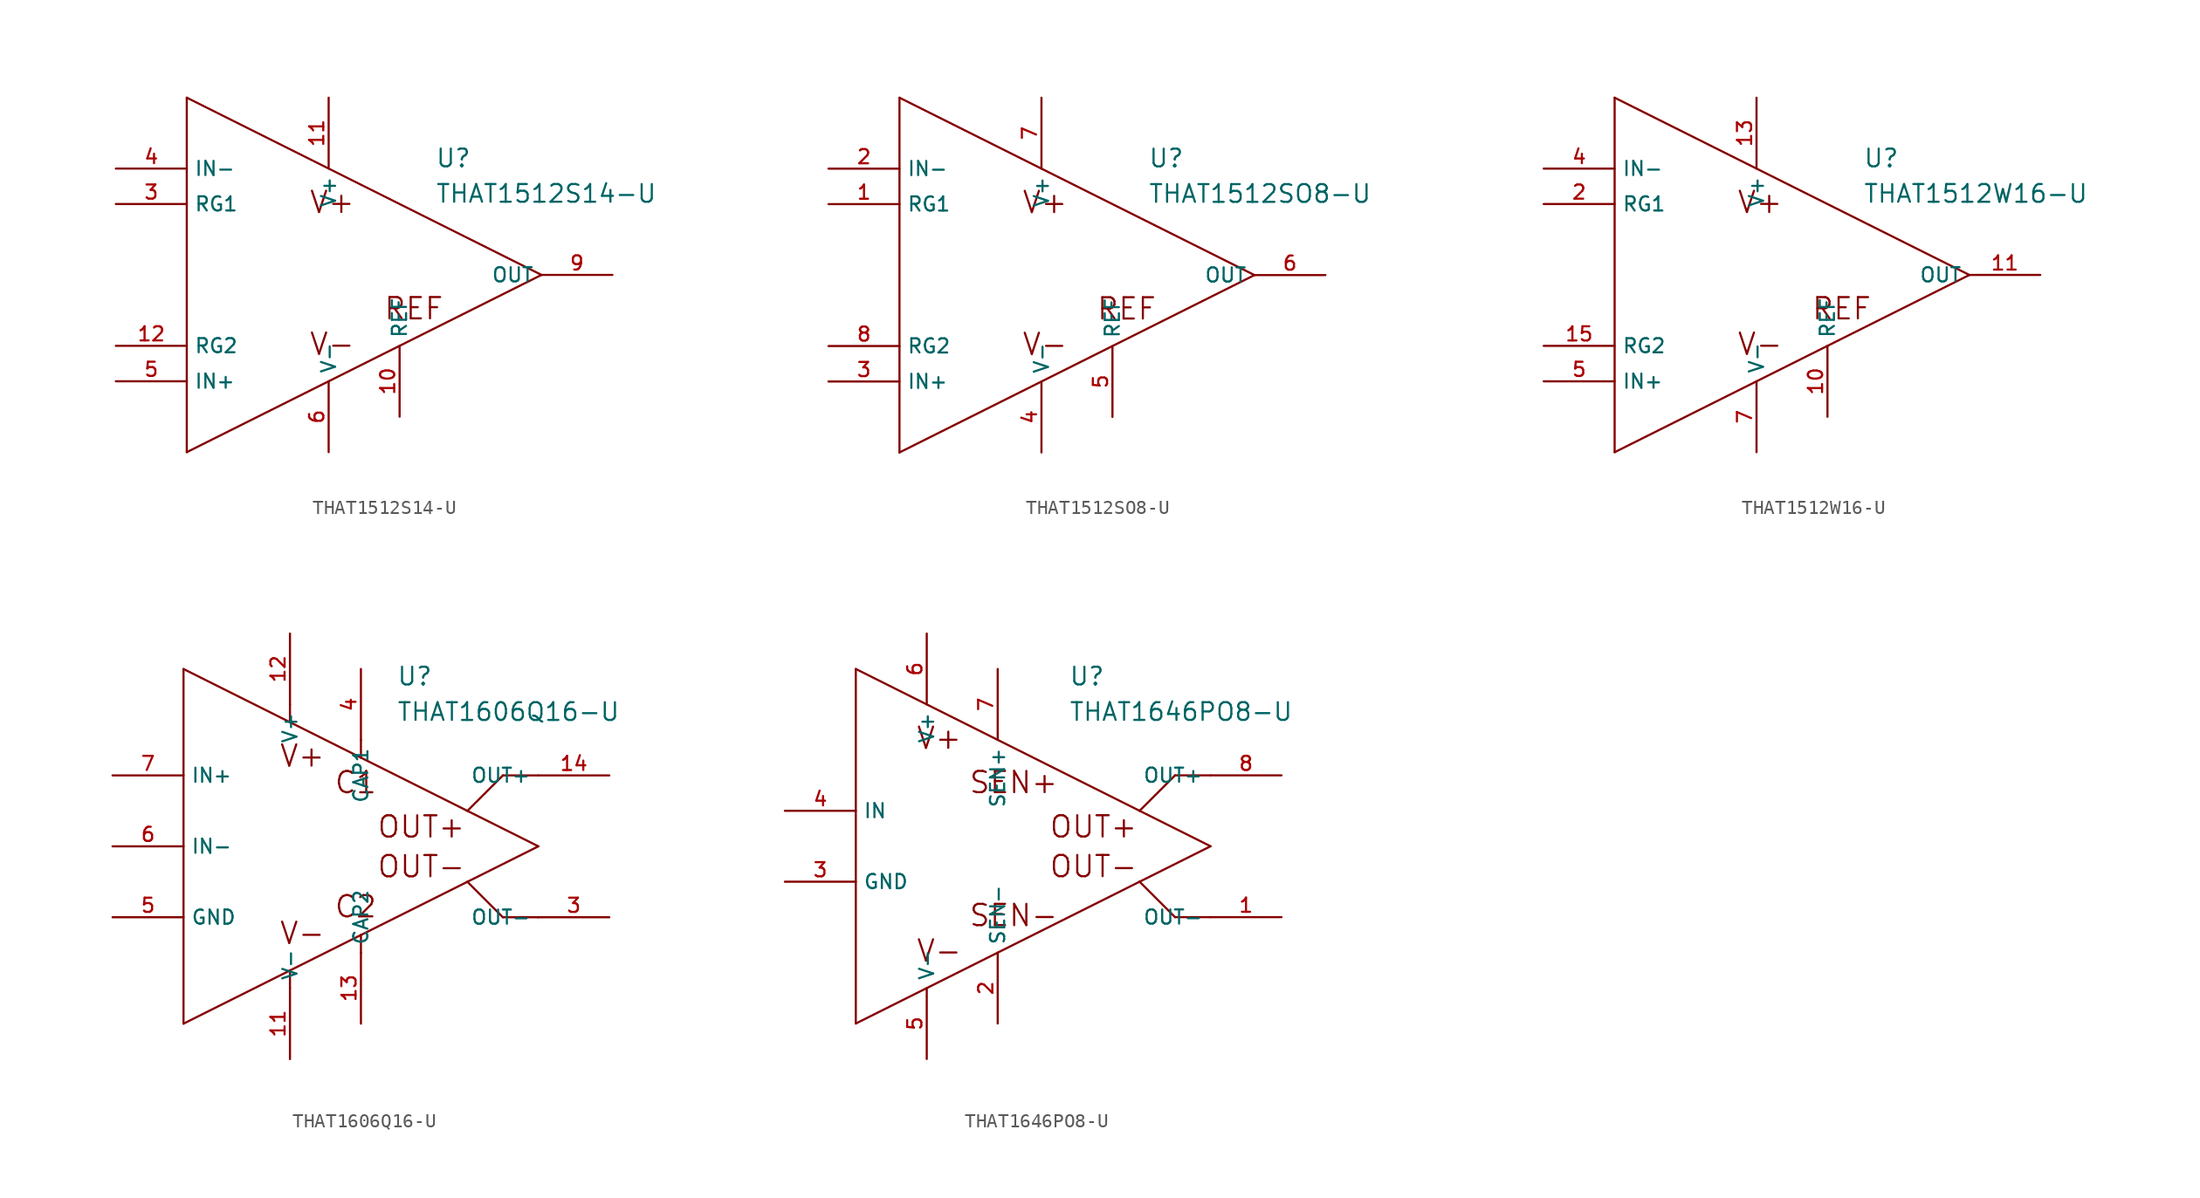
<source format=kicad_sym>
(kicad_symbol_lib
  (version 20200126)
  (host kicad_symbol_editor "5.99.0-unknown-1463dd1~101~ubuntu18.04.1")
  (symbol "that-corp-edit:THAT1512S14-U"
    (property "Reference" "U"
      (at 7.62 7.62 0)
      (effects (font (size 1.27 1.27)) (justify left bottom)))
    (property "Value" "THAT1512S14-U"
      (at 7.62 5.08 0)
      (effects (font (size 1.27 1.27)) (justify left bottom)))
    (property "ki_locked" ""
      (at 0 0 0)
      (effects (font (size 1.27 1.27))))
    (symbol "THAT1512S14-U_1_0"
      (text "V+" (at 0.254 5.207 0) (effects (font (size 1.524 1.524))))
      (text "V-" (at 0.254 -4.953 0) (effects (font (size 1.524 1.524))))
      (text "REF" (at 6.096 -2.413 0) (effects (font (size 1.524 1.524))))
      (polyline (pts (xy -10.16 12.7) (xy -10.16 -12.7)) (stroke (width 0)) (fill (type none)))
      (polyline (pts (xy -10.16 -12.7) (xy 15.24 0)) (stroke (width 0)) (fill (type none)))
      (polyline (pts (xy 15.24 0) (xy -10.16 12.7)) (stroke (width 0)) (fill (type none))))
    (symbol "THAT1512S14-U_1_1"
      (pin input line (at -15.24 -7.62 0) (length 5.08) (name "IN+" (effects (font (size 1.016 1.016)))) (number "5" (effects (font (size 1.016 1.016)))))
      (pin input line (at -15.24 7.62 0) (length 5.08) (name "IN-" (effects (font (size 1.016 1.016)))) (number "4" (effects (font (size 1.016 1.016)))))
      (pin output line (at 20.32 0 180) (length 5.08) (name "OUT" (effects (font (size 1.016 1.016)))) (number "9" (effects (font (size 1.016 1.016)))))
      (pin input line (at 5.08 -10.16 90) (length 5.08) (name "REF" (effects (font (size 1.016 1.016)))) (number "10" (effects (font (size 1.016 1.016)))))
      (pin input line (at -15.24 5.08 0) (length 5.08) (name "RG1" (effects (font (size 1.016 1.016)))) (number "3" (effects (font (size 1.016 1.016)))))
      (pin input line (at -15.24 -5.08 0) (length 5.08) (name "RG2" (effects (font (size 1.016 1.016)))) (number "12" (effects (font (size 1.016 1.016)))))
      (pin power_in line (at 0 12.7 270) (length 5.08) (name "V+" (effects (font (size 1.016 1.016)))) (number "11" (effects (font (size 1.016 1.016)))))
      (pin power_in line (at 0 -12.7 90) (length 5.08) (name "V-" (effects (font (size 1.016 1.016)))) (number "6" (effects (font (size 1.016 1.016)))))))
  (symbol "that-corp-edit:THAT1512SO8-U"
    (property "Reference" "U"
      (at 7.62 7.62 0)
      (effects (font (size 1.27 1.27)) (justify left bottom)))
    (property "Value" "THAT1512SO8-U"
      (at 7.62 5.08 0)
      (effects (font (size 1.27 1.27)) (justify left bottom)))
    (property "ki_locked" ""
      (at 0 0 0)
      (effects (font (size 1.27 1.27))))
    (symbol "THAT1512SO8-U_1_0"
      (text "V+" (at 0.254 5.207 0) (effects (font (size 1.524 1.524))))
      (text "V-" (at 0.254 -4.953 0) (effects (font (size 1.524 1.524))))
      (text "REF" (at 6.096 -2.413 0) (effects (font (size 1.524 1.524))))
      (polyline (pts (xy -10.16 12.7) (xy -10.16 -12.7)) (stroke (width 0)) (fill (type none)))
      (polyline (pts (xy -10.16 -12.7) (xy 15.24 0)) (stroke (width 0)) (fill (type none)))
      (polyline (pts (xy 15.24 0) (xy -10.16 12.7)) (stroke (width 0)) (fill (type none))))
    (symbol "THAT1512SO8-U_1_1"
      (pin input line (at -15.24 -7.62 0) (length 5.08) (name "IN+" (effects (font (size 1.016 1.016)))) (number "3" (effects (font (size 1.016 1.016)))))
      (pin input line (at -15.24 7.62 0) (length 5.08) (name "IN-" (effects (font (size 1.016 1.016)))) (number "2" (effects (font (size 1.016 1.016)))))
      (pin output line (at 20.32 0 180) (length 5.08) (name "OUT" (effects (font (size 1.016 1.016)))) (number "6" (effects (font (size 1.016 1.016)))))
      (pin input line (at 5.08 -10.16 90) (length 5.08) (name "REF" (effects (font (size 1.016 1.016)))) (number "5" (effects (font (size 1.016 1.016)))))
      (pin input line (at -15.24 5.08 0) (length 5.08) (name "RG1" (effects (font (size 1.016 1.016)))) (number "1" (effects (font (size 1.016 1.016)))))
      (pin input line (at -15.24 -5.08 0) (length 5.08) (name "RG2" (effects (font (size 1.016 1.016)))) (number "8" (effects (font (size 1.016 1.016)))))
      (pin power_in line (at 0 12.7 270) (length 5.08) (name "V+" (effects (font (size 1.016 1.016)))) (number "7" (effects (font (size 1.016 1.016)))))
      (pin power_in line (at 0 -12.7 90) (length 5.08) (name "V-" (effects (font (size 1.016 1.016)))) (number "4" (effects (font (size 1.016 1.016)))))))
  (symbol "that-corp-edit:THAT1512W16-U"
    (property "Reference" "U"
      (at 7.62 7.62 0)
      (effects (font (size 1.27 1.27)) (justify left bottom)))
    (property "Value" "THAT1512W16-U"
      (at 7.62 5.08 0)
      (effects (font (size 1.27 1.27)) (justify left bottom)))
    (property "ki_locked" ""
      (at 0 0 0)
      (effects (font (size 1.27 1.27))))
    (symbol "THAT1512W16-U_1_0"
      (text "V+" (at 0.254 5.207 0) (effects (font (size 1.524 1.524))))
      (text "V-" (at 0.254 -4.953 0) (effects (font (size 1.524 1.524))))
      (text "REF" (at 6.096 -2.413 0) (effects (font (size 1.524 1.524))))
      (polyline (pts (xy -10.16 12.7) (xy -10.16 -12.7)) (stroke (width 0)) (fill (type none)))
      (polyline (pts (xy -10.16 -12.7) (xy 15.24 0)) (stroke (width 0)) (fill (type none)))
      (polyline (pts (xy 15.24 0) (xy -10.16 12.7)) (stroke (width 0)) (fill (type none))))
    (symbol "THAT1512W16-U_1_1"
      (pin input line (at -15.24 -7.62 0) (length 5.08) (name "IN+" (effects (font (size 1.016 1.016)))) (number "5" (effects (font (size 1.016 1.016)))))
      (pin input line (at -15.24 7.62 0) (length 5.08) (name "IN-" (effects (font (size 1.016 1.016)))) (number "4" (effects (font (size 1.016 1.016)))))
      (pin output line (at 20.32 0 180) (length 5.08) (name "OUT" (effects (font (size 1.016 1.016)))) (number "11" (effects (font (size 1.016 1.016)))))
      (pin input line (at 5.08 -10.16 90) (length 5.08) (name "REF" (effects (font (size 1.016 1.016)))) (number "10" (effects (font (size 1.016 1.016)))))
      (pin input line (at -15.24 5.08 0) (length 5.08) (name "RG1" (effects (font (size 1.016 1.016)))) (number "2" (effects (font (size 1.016 1.016)))))
      (pin input line (at -15.24 -5.08 0) (length 5.08) (name "RG2" (effects (font (size 1.016 1.016)))) (number "15" (effects (font (size 1.016 1.016)))))
      (pin power_in line (at 0 12.7 270) (length 5.08) (name "V+" (effects (font (size 1.016 1.016)))) (number "13" (effects (font (size 1.016 1.016)))))
      (pin power_in line (at 0 -12.7 90) (length 5.08) (name "V-" (effects (font (size 1.016 1.016)))) (number "7" (effects (font (size 1.016 1.016)))))))
  (symbol "that-corp-edit:THAT1606Q16-U"
    (property "Reference" "U"
      (at 5.08 11.43 0)
      (effects (font (size 1.27 1.27)) (justify left bottom)))
    (property "Value" "THAT1606Q16-U"
      (at 5.08 8.89 0)
      (effects (font (size 1.27 1.27)) (justify left bottom)))
    (property "ki_locked" ""
      (at 0 0 0)
      (effects (font (size 1.27 1.27))))
    (symbol "THAT1606Q16-U_1_0"
      (text "V+" (at -1.651 6.477 0) (effects (font (size 1.524 1.524))))
      (text "V-" (at -1.651 -6.223 0) (effects (font (size 1.524 1.524))))
      (text "C2" (at 2.159 -4.318 0) (effects (font (size 1.524 1.524))))
      (text "C1" (at 2.159 4.572 0) (effects (font (size 1.524 1.524))))
      (text "OUT+" (at 6.858 1.397 0) (effects (font (size 1.524 1.524))))
      (text "OUT-" (at 6.858 -1.448 0) (effects (font (size 1.524 1.524))))
      (polyline (pts (xy -10.16 12.7) (xy -10.16 -12.7)) (stroke (width 0)) (fill (type none)))
      (polyline (pts (xy -10.16 -12.7) (xy -2.54 -8.89)) (stroke (width 0)) (fill (type none)))
      (polyline (pts (xy -2.54 -8.89) (xy 2.54 -6.35)) (stroke (width 0)) (fill (type none)))
      (polyline (pts (xy 2.54 -6.35) (xy 10.16 -2.54)) (stroke (width 0)) (fill (type none)))
      (polyline (pts (xy 10.16 -2.54) (xy 15.24 0)) (stroke (width 0)) (fill (type none)))
      (polyline (pts (xy 15.24 0) (xy 10.16 2.54)) (stroke (width 0)) (fill (type none)))
      (polyline (pts (xy 10.16 2.54) (xy 2.54 6.35)) (stroke (width 0)) (fill (type none)))
      (polyline (pts (xy 2.54 6.35) (xy -2.54 8.89)) (stroke (width 0)) (fill (type none)))
      (polyline (pts (xy -2.54 8.89) (xy -10.16 12.7)) (stroke (width 0)) (fill (type none)))
      (polyline (pts (xy 15.24 5.08) (xy 12.7 5.08)) (stroke (width 0)) (fill (type none)))
      (polyline (pts (xy 12.7 5.08) (xy 10.16 2.54)) (stroke (width 0)) (fill (type none)))
      (polyline (pts (xy 15.24 -5.08) (xy 12.7 -5.08)) (stroke (width 0)) (fill (type none)))
      (polyline (pts (xy 12.7 -5.08) (xy 10.16 -2.54)) (stroke (width 0)) (fill (type none)))
      (polyline (pts (xy -2.54 10.16) (xy -2.54 8.89)) (stroke (width 0)) (fill (type none)))
      (polyline (pts (xy 2.54 7.62) (xy 2.54 6.35)) (stroke (width 0)) (fill (type none)))
      (polyline (pts (xy 2.54 -7.62) (xy 2.54 -6.35)) (stroke (width 0)) (fill (type none)))
      (polyline (pts (xy -2.54 -10.16) (xy -2.54 -8.89)) (stroke (width 0)) (fill (type none))))
    (symbol "THAT1606Q16-U_1_1"
      (pin output line (at 2.54 12.7 270) (length 5.08) (name "CAP1" (effects (font (size 1.016 1.016)))) (number "4" (effects (font (size 1.016 1.016)))))
      (pin passive line (at 2.54 -12.7 90) (length 5.08) (name "CAP2" (effects (font (size 1.016 1.016)))) (number "13" (effects (font (size 1.016 1.016)))))
      (pin input line (at -15.24 -5.08 0) (length 5.08) (name "GND" (effects (font (size 1.016 1.016)))) (number "5" (effects (font (size 1.016 1.016)))))
      (pin input line (at -15.24 5.08 0) (length 5.08) (name "IN+" (effects (font (size 1.016 1.016)))) (number "7" (effects (font (size 1.016 1.016)))))
      (pin input line (at -15.24 0 0) (length 5.08) (name "IN-" (effects (font (size 1.016 1.016)))) (number "6" (effects (font (size 1.016 1.016)))))
      (pin output line (at 20.32 5.08 180) (length 5.08) (name "OUT+" (effects (font (size 1.016 1.016)))) (number "14" (effects (font (size 1.016 1.016)))))
      (pin output line (at 20.32 -5.08 180) (length 5.08) (name "OUT-" (effects (font (size 1.016 1.016)))) (number "3" (effects (font (size 1.016 1.016)))))
      (pin power_in line (at -2.54 15.24 270) (length 5.08) (name "V+" (effects (font (size 1.016 1.016)))) (number "12" (effects (font (size 1.016 1.016)))))
      (pin power_in line (at -2.54 -15.24 90) (length 5.08) (name "V-" (effects (font (size 1.016 1.016)))) (number "11" (effects (font (size 1.016 1.016)))))))
  (symbol "that-corp-edit:THAT1646PO8-U"
    (property "Reference" "U"
      (at 5.08 11.43 0)
      (effects (font (size 1.27 1.27)) (justify left bottom)))
    (property "Value" "THAT1646PO8-U"
      (at 5.08 8.89 0)
      (effects (font (size 1.27 1.27)) (justify left bottom)))
    (property "ki_locked" ""
      (at 0 0 0)
      (effects (font (size 1.27 1.27))))
    (symbol "THAT1646PO8-U_1_0"
      (text "V+" (at -4.191 7.747 0) (effects (font (size 1.524 1.524))))
      (text "V-" (at -4.191 -7.493 0) (effects (font (size 1.524 1.524))))
      (text "SEN-" (at 1.143 -4.953 0) (effects (font (size 1.524 1.524))))
      (text "SEN+" (at 1.143 4.572 0) (effects (font (size 1.524 1.524))))
      (text "OUT+" (at 6.858 1.397 0) (effects (font (size 1.524 1.524))))
      (text "OUT-" (at 6.858 -1.448 0) (effects (font (size 1.524 1.524))))
      (polyline (pts (xy -10.16 12.7) (xy -10.16 -12.7)) (stroke (width 0)) (fill (type none)))
      (polyline (pts (xy -10.16 -12.7) (xy 10.16 -2.54)) (stroke (width 0)) (fill (type none)))
      (polyline (pts (xy 10.16 -2.54) (xy 15.24 0)) (stroke (width 0)) (fill (type none)))
      (polyline (pts (xy 15.24 0) (xy 10.16 2.54)) (stroke (width 0)) (fill (type none)))
      (polyline (pts (xy 10.16 2.54) (xy -10.16 12.7)) (stroke (width 0)) (fill (type none)))
      (polyline (pts (xy 15.24 5.08) (xy 12.7 5.08)) (stroke (width 0)) (fill (type none)))
      (polyline (pts (xy 12.7 5.08) (xy 10.16 2.54)) (stroke (width 0)) (fill (type none)))
      (polyline (pts (xy 15.24 -5.08) (xy 12.7 -5.08)) (stroke (width 0)) (fill (type none)))
      (polyline (pts (xy 12.7 -5.08) (xy 10.16 -2.54)) (stroke (width 0)) (fill (type none))))
    (symbol "THAT1646PO8-U_1_1"
      (pin input line (at -15.24 -2.54 0) (length 5.08) (name "GND" (effects (font (size 1.016 1.016)))) (number "3" (effects (font (size 1.016 1.016)))))
      (pin input line (at -15.24 2.54 0) (length 5.08) (name "IN" (effects (font (size 1.016 1.016)))) (number "4" (effects (font (size 1.016 1.016)))))
      (pin output line (at 20.32 5.08 180) (length 5.08) (name "OUT+" (effects (font (size 1.016 1.016)))) (number "8" (effects (font (size 1.016 1.016)))))
      (pin output line (at 20.32 -5.08 180) (length 5.08) (name "OUT-" (effects (font (size 1.016 1.016)))) (number "1" (effects (font (size 1.016 1.016)))))
      (pin output line (at 0 12.7 270) (length 5.08) (name "SEN+" (effects (font (size 1.016 1.016)))) (number "7" (effects (font (size 1.016 1.016)))))
      (pin passive line (at 0 -12.7 90) (length 5.08) (name "SEN-" (effects (font (size 1.016 1.016)))) (number "2" (effects (font (size 1.016 1.016)))))
      (pin power_in line (at -5.08 15.24 270) (length 5.08) (name "V+" (effects (font (size 1.016 1.016)))) (number "6" (effects (font (size 1.016 1.016)))))
      (pin power_in line (at -5.08 -15.24 90) (length 5.08) (name "V-" (effects (font (size 1.016 1.016)))) (number "5" (effects (font (size 1.016 1.016))))))))
</source>
